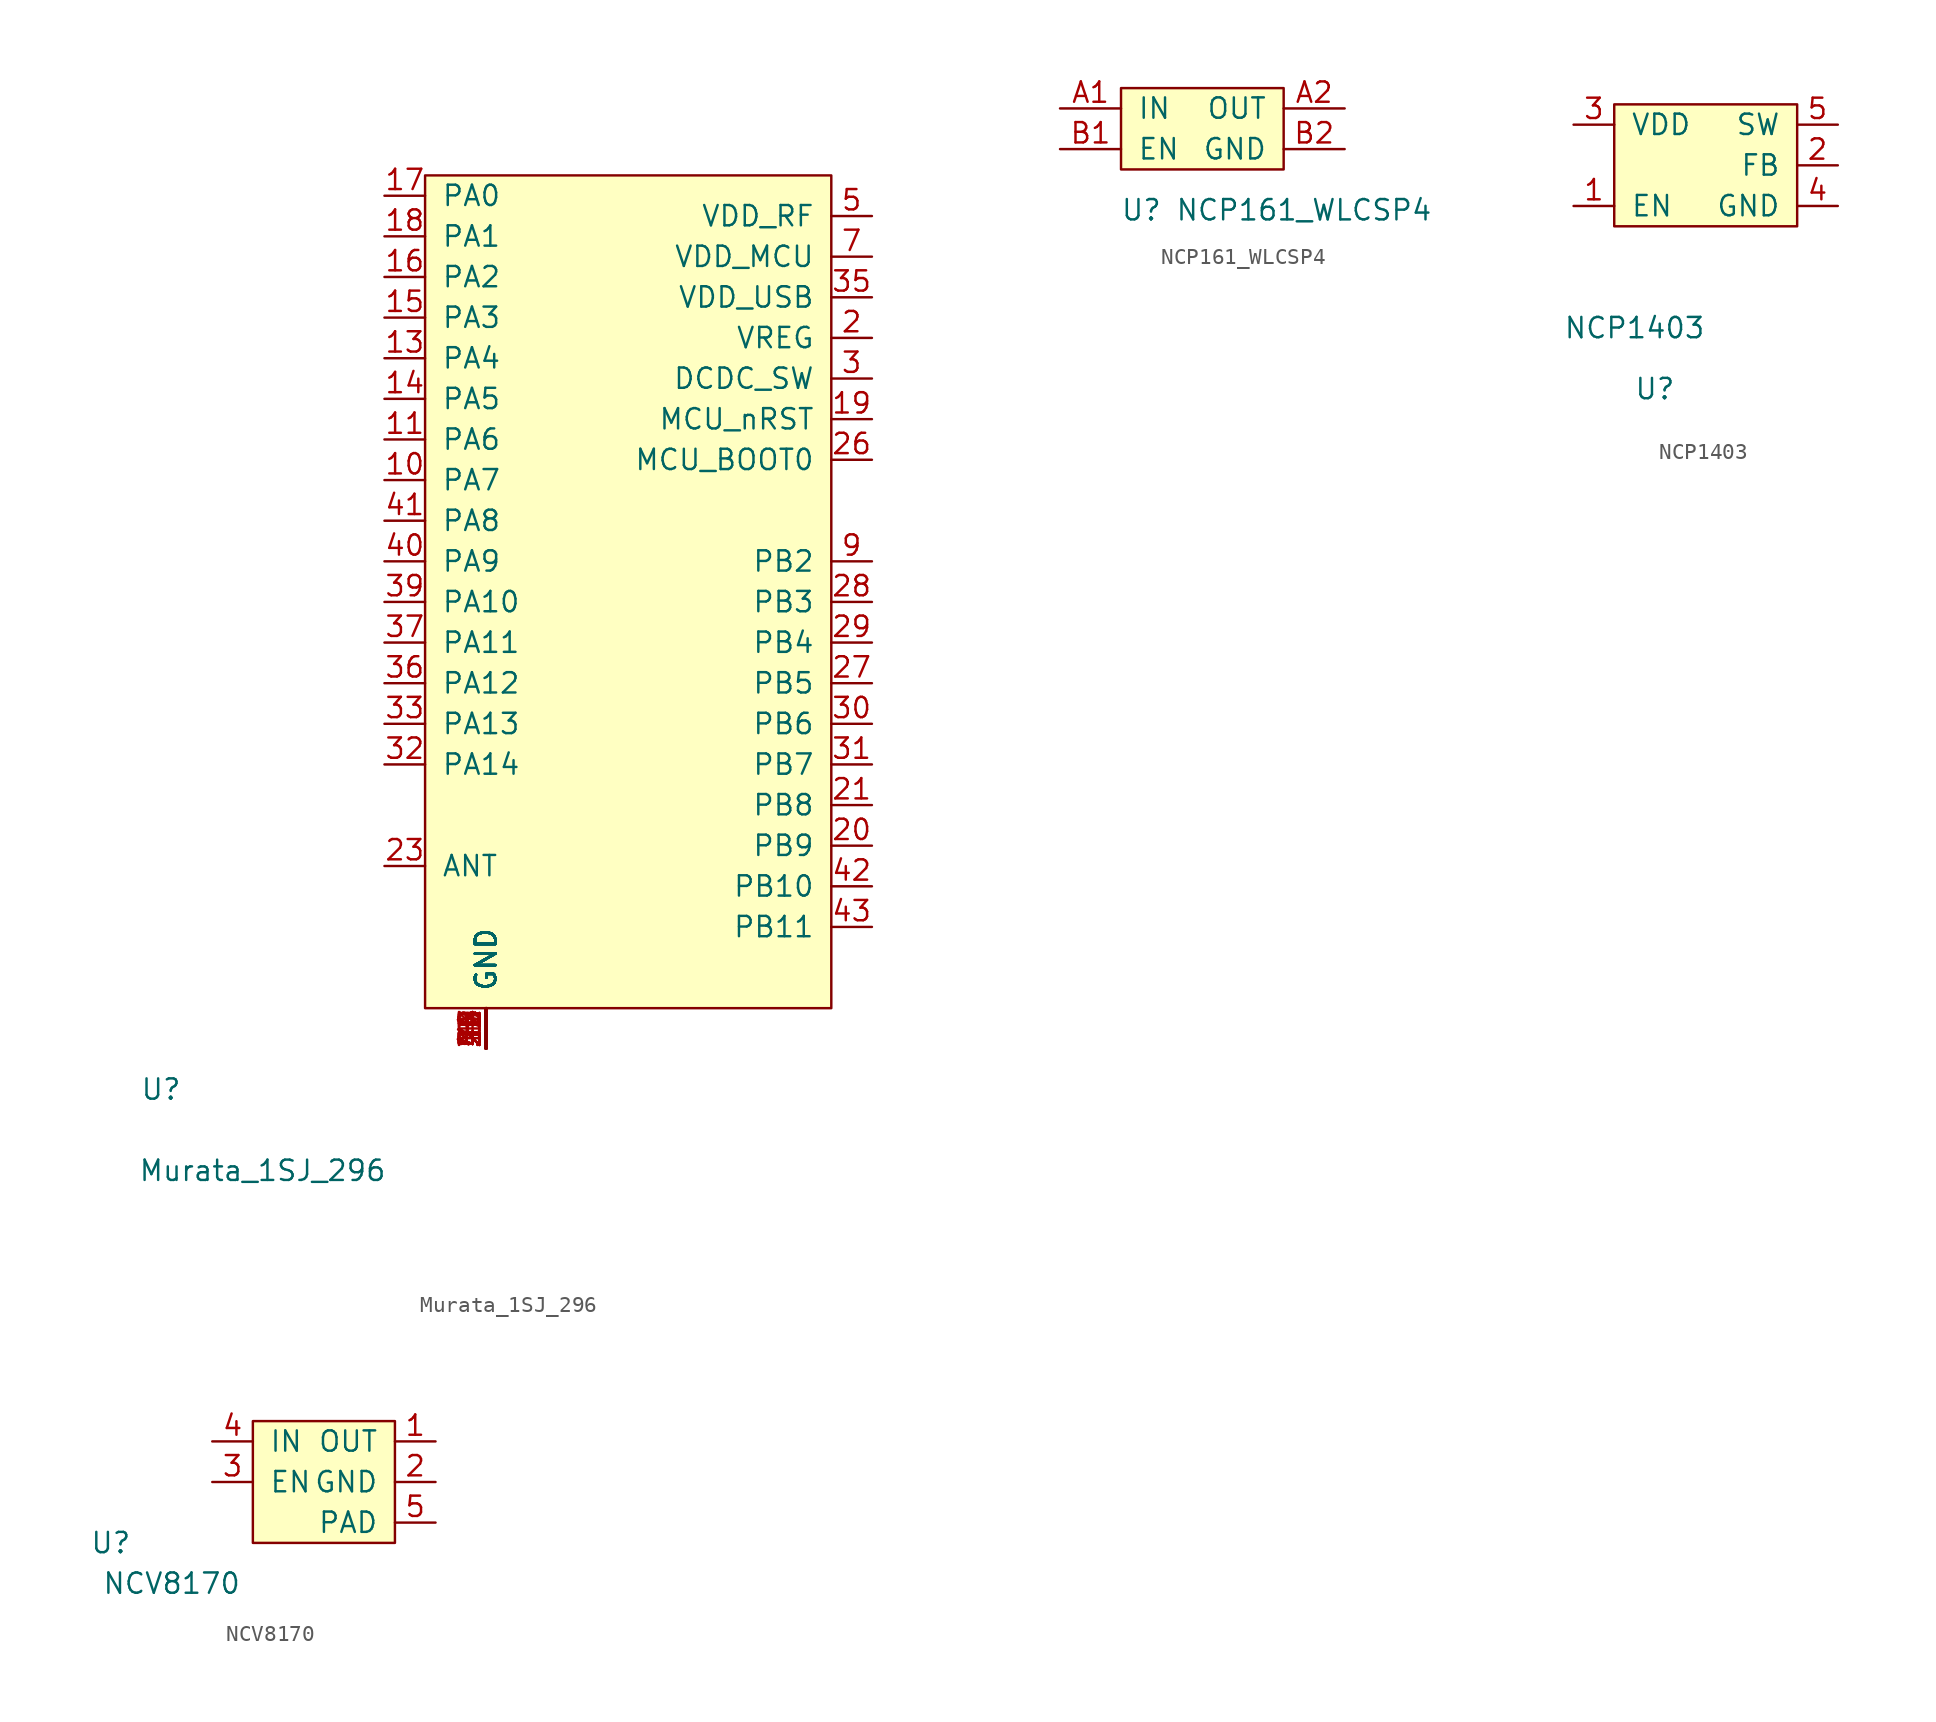
<source format=kicad_sym>
(kicad_symbol_lib
  (version 20211014)
  (generator kicad_symbol_editor)
  (symbol "Murata_1SJ_296"
    (pin_names
      (offset 1.016))
    (property "Reference" "U"
      (at -16.51 -5.08 0)
      (effects (font (size 1.27 1.27))))
    (property "Value" "Murata_1SJ_296"
      (at -10.16 -10.16 0)
      (effects (font (size 1.27 1.27))))
    (symbol "Murata_1SJ_296_0_1"
      (rectangle (start 0 0) (end 25.4 52.07) (stroke (width 0) (type default) (color 0 0 0 0)) (fill (type background))))
    (symbol "Murata_1SJ_296_1_1"
      (pin power_in line (at 3.81 -2.54 90) (length 2.54) (name "GND" (effects (font (size 1.27 1.27)))) (number "1" (effects (font (size 1.27 1.27)))))
      (pin input line (at -2.54 33.02 0) (length 2.54) (name "PA7" (effects (font (size 1.27 1.27)))) (number "10" (effects (font (size 1.27 1.27)))))
      (pin input line (at -2.54 35.56 0) (length 2.54) (name "PA6" (effects (font (size 1.27 1.27)))) (number "11" (effects (font (size 1.27 1.27)))))
      (pin power_in line (at 3.81 -2.54 90) (length 2.54) (name "GND" (effects (font (size 1.27 1.27)))) (number "12" (effects (font (size 1.27 1.27)))))
      (pin input line (at -2.54 40.64 0) (length 2.54) (name "PA4" (effects (font (size 1.27 1.27)))) (number "13" (effects (font (size 1.27 1.27)))))
      (pin input line (at -2.54 38.1 0) (length 2.54) (name "PA5" (effects (font (size 1.27 1.27)))) (number "14" (effects (font (size 1.27 1.27)))))
      (pin input line (at -2.54 43.18 0) (length 2.54) (name "PA3" (effects (font (size 1.27 1.27)))) (number "15" (effects (font (size 1.27 1.27)))))
      (pin input line (at -2.54 45.72 0) (length 2.54) (name "PA2" (effects (font (size 1.27 1.27)))) (number "16" (effects (font (size 1.27 1.27)))))
      (pin input line (at -2.54 50.8 0) (length 2.54) (name "PA0" (effects (font (size 1.27 1.27)))) (number "17" (effects (font (size 1.27 1.27)))))
      (pin input line (at -2.54 48.26 0) (length 2.54) (name "PA1" (effects (font (size 1.27 1.27)))) (number "18" (effects (font (size 1.27 1.27)))))
      (pin input line (at 27.94 36.83 180) (length 2.54) (name "MCU_nRST" (effects (font (size 1.27 1.27)))) (number "19" (effects (font (size 1.27 1.27)))))
      (pin power_in line (at 27.94 41.91 180) (length 2.54) (name "VREG" (effects (font (size 1.27 1.27)))) (number "2" (effects (font (size 1.27 1.27)))))
      (pin input line (at 27.94 10.16 180) (length 2.54) (name "PB9" (effects (font (size 1.27 1.27)))) (number "20" (effects (font (size 1.27 1.27)))))
      (pin input line (at 27.94 12.7 180) (length 2.54) (name "PB8" (effects (font (size 1.27 1.27)))) (number "21" (effects (font (size 1.27 1.27)))))
      (pin power_in line (at 3.81 -2.54 90) (length 2.54) (name "GND" (effects (font (size 1.27 1.27)))) (number "22" (effects (font (size 1.27 1.27)))))
      (pin bidirectional line (at -2.54 8.89 0) (length 2.54) (name "ANT" (effects (font (size 1.27 1.27)))) (number "23" (effects (font (size 1.27 1.27)))))
      (pin power_in line (at 3.81 -2.54 90) (length 2.54) (name "GND" (effects (font (size 1.27 1.27)))) (number "24" (effects (font (size 1.27 1.27)))))
      (pin power_in line (at 3.81 -2.54 90) (length 2.54) (name "GND" (effects (font (size 1.27 1.27)))) (number "25" (effects (font (size 1.27 1.27)))))
      (pin input line (at 27.94 34.29 180) (length 2.54) (name "MCU_BOOT0" (effects (font (size 1.27 1.27)))) (number "26" (effects (font (size 1.27 1.27)))))
      (pin input line (at 27.94 20.32 180) (length 2.54) (name "PB5" (effects (font (size 1.27 1.27)))) (number "27" (effects (font (size 1.27 1.27)))))
      (pin input line (at 27.94 25.4 180) (length 2.54) (name "PB3" (effects (font (size 1.27 1.27)))) (number "28" (effects (font (size 1.27 1.27)))))
      (pin input line (at 27.94 22.86 180) (length 2.54) (name "PB4" (effects (font (size 1.27 1.27)))) (number "29" (effects (font (size 1.27 1.27)))))
      (pin power_in line (at 27.94 39.37 180) (length 2.54) (name "DCDC_SW" (effects (font (size 1.27 1.27)))) (number "3" (effects (font (size 1.27 1.27)))))
      (pin input line (at 27.94 17.78 180) (length 2.54) (name "PB6" (effects (font (size 1.27 1.27)))) (number "30" (effects (font (size 1.27 1.27)))))
      (pin input line (at 27.94 15.24 180) (length 2.54) (name "PB7" (effects (font (size 1.27 1.27)))) (number "31" (effects (font (size 1.27 1.27)))))
      (pin input line (at -2.54 15.24 0) (length 2.54) (name "PA14" (effects (font (size 1.27 1.27)))) (number "32" (effects (font (size 1.27 1.27)))))
      (pin input line (at -2.54 17.78 0) (length 2.54) (name "PA13" (effects (font (size 1.27 1.27)))) (number "33" (effects (font (size 1.27 1.27)))))
      (pin power_in line (at 3.81 -2.54 90) (length 2.54) (name "GND" (effects (font (size 1.27 1.27)))) (number "34" (effects (font (size 1.27 1.27)))))
      (pin power_in line (at 27.94 44.45 180) (length 2.54) (name "VDD_USB" (effects (font (size 1.27 1.27)))) (number "35" (effects (font (size 1.27 1.27)))))
      (pin input line (at -2.54 20.32 0) (length 2.54) (name "PA12" (effects (font (size 1.27 1.27)))) (number "36" (effects (font (size 1.27 1.27)))))
      (pin input line (at -2.54 22.86 0) (length 2.54) (name "PA11" (effects (font (size 1.27 1.27)))) (number "37" (effects (font (size 1.27 1.27)))))
      (pin power_in line (at 3.81 -2.54 90) (length 2.54) (name "GND" (effects (font (size 1.27 1.27)))) (number "38" (effects (font (size 1.27 1.27)))))
      (pin input line (at -2.54 25.4 0) (length 2.54) (name "PA10" (effects (font (size 1.27 1.27)))) (number "39" (effects (font (size 1.27 1.27)))))
      (pin power_in line (at 3.81 -2.54 90) (length 2.54) (name "GND" (effects (font (size 1.27 1.27)))) (number "4" (effects (font (size 1.27 1.27)))))
      (pin input line (at -2.54 27.94 0) (length 2.54) (name "PA9" (effects (font (size 1.27 1.27)))) (number "40" (effects (font (size 1.27 1.27)))))
      (pin input line (at -2.54 30.48 0) (length 2.54) (name "PA8" (effects (font (size 1.27 1.27)))) (number "41" (effects (font (size 1.27 1.27)))))
      (pin input line (at 27.94 7.62 180) (length 2.54) (name "PB10" (effects (font (size 1.27 1.27)))) (number "42" (effects (font (size 1.27 1.27)))))
      (pin input line (at 27.94 5.08 180) (length 2.54) (name "PB11" (effects (font (size 1.27 1.27)))) (number "43" (effects (font (size 1.27 1.27)))))
      (pin power_in line (at 3.81 -2.54 90) (length 2.54) (name "GND" (effects (font (size 1.27 1.27)))) (number "44" (effects (font (size 1.27 1.27)))))
      (pin power_in line (at 3.81 -2.54 90) (length 2.54) (name "GND" (effects (font (size 1.27 1.27)))) (number "45" (effects (font (size 1.27 1.27)))))
      (pin power_in line (at 3.81 -2.54 90) (length 2.54) (name "GND" (effects (font (size 1.27 1.27)))) (number "46" (effects (font (size 1.27 1.27)))))
      (pin power_in line (at 3.81 -2.54 90) (length 2.54) (name "GND" (effects (font (size 1.27 1.27)))) (number "47" (effects (font (size 1.27 1.27)))))
      (pin power_in line (at 3.81 -2.54 90) (length 2.54) (name "GND" (effects (font (size 1.27 1.27)))) (number "48" (effects (font (size 1.27 1.27)))))
      (pin power_in line (at 3.81 -2.54 90) (length 2.54) (name "GND" (effects (font (size 1.27 1.27)))) (number "49" (effects (font (size 1.27 1.27)))))
      (pin power_in line (at 27.94 49.53 180) (length 2.54) (name "VDD_RF" (effects (font (size 1.27 1.27)))) (number "5" (effects (font (size 1.27 1.27)))))
      (pin power_in line (at 3.81 -2.54 90) (length 2.54) (name "GND" (effects (font (size 1.27 1.27)))) (number "50" (effects (font (size 1.27 1.27)))))
      (pin power_in line (at 3.81 -2.54 90) (length 2.54) (name "GND" (effects (font (size 1.27 1.27)))) (number "51" (effects (font (size 1.27 1.27)))))
      (pin power_in line (at 3.81 -2.54 90) (length 2.54) (name "GND" (effects (font (size 1.27 1.27)))) (number "52" (effects (font (size 1.27 1.27)))))
      (pin power_in line (at 3.81 -2.54 90) (length 2.54) (name "GND" (effects (font (size 1.27 1.27)))) (number "53" (effects (font (size 1.27 1.27)))))
      (pin power_in line (at 3.81 -2.54 90) (length 2.54) (name "GND" (effects (font (size 1.27 1.27)))) (number "54" (effects (font (size 1.27 1.27)))))
      (pin power_in line (at 3.81 -2.54 90) (length 2.54) (name "GND" (effects (font (size 1.27 1.27)))) (number "55" (effects (font (size 1.27 1.27)))))
      (pin power_in line (at 3.81 -2.54 90) (length 2.54) (name "GND" (effects (font (size 1.27 1.27)))) (number "56" (effects (font (size 1.27 1.27)))))
      (pin power_in line (at 3.81 -2.54 90) (length 2.54) (name "GND" (effects (font (size 1.27 1.27)))) (number "6" (effects (font (size 1.27 1.27)))))
      (pin power_in line (at 27.94 46.99 180) (length 2.54) (name "VDD_MCU" (effects (font (size 1.27 1.27)))) (number "7" (effects (font (size 1.27 1.27)))))
      (pin power_in line (at 3.81 -2.54 90) (length 2.54) (name "GND" (effects (font (size 1.27 1.27)))) (number "8" (effects (font (size 1.27 1.27)))))
      (pin input line (at 27.94 27.94 180) (length 2.54) (name "PB2" (effects (font (size 1.27 1.27)))) (number "9" (effects (font (size 1.27 1.27)))))))
  (symbol "NCP161_WLCSP4"
    (pin_names
      (offset 1.016))
    (property "Reference" "U"
      (at 5.08 -2.54 0)
      (effects (font (size 1.27 1.27))))
    (property "Value" "NCP161_WLCSP4"
      (at 15.24 -2.54 0)
      (effects (font (size 1.27 1.27))))
    (symbol "NCP161_WLCSP4_1_1"
      (rectangle (start 3.81 0) (end 13.97 5.08) (stroke (width 0) (type default) (color 0 0 0 0)) (fill (type background)))
      (pin passive line (at 0 3.81 0) (length 3.81) (name "IN" (effects (font (size 1.27 1.27)))) (number "A1" (effects (font (size 1.27 1.27)))))
      (pin passive line (at 17.78 3.81 180) (length 3.81) (name "OUT" (effects (font (size 1.27 1.27)))) (number "A2" (effects (font (size 1.27 1.27)))))
      (pin passive line (at 0 1.27 0) (length 3.81) (name "EN" (effects (font (size 1.27 1.27)))) (number "B1" (effects (font (size 1.27 1.27)))))
      (pin passive line (at 17.78 1.27 180) (length 3.81) (name "GND" (effects (font (size 1.27 1.27)))) (number "B2" (effects (font (size 1.27 1.27)))))))
  (symbol "NCP1403"
    (pin_names
      (offset 1.016))
    (property "Reference" "U"
      (at 2.54 -10.16 0)
      (effects (font (size 1.27 1.27))))
    (property "Value" "NCP1403"
      (at 1.27 -6.35 0)
      (effects (font (size 1.27 1.27))))
    (symbol "NCP1403_0_1"
      (rectangle (start 0 0) (end 11.43 7.62) (stroke (width 0) (type default) (color 0 0 0 0)) (fill (type background))))
    (symbol "NCP1403_1_1"
      (pin input line (at -2.54 1.27 0) (length 2.54) (name "EN" (effects (font (size 1.27 1.27)))) (number "1" (effects (font (size 1.27 1.27)))))
      (pin input line (at 13.97 3.81 180) (length 2.54) (name "FB" (effects (font (size 1.27 1.27)))) (number "2" (effects (font (size 1.27 1.27)))))
      (pin input line (at -2.54 6.35 0) (length 2.54) (name "VDD" (effects (font (size 1.27 1.27)))) (number "3" (effects (font (size 1.27 1.27)))))
      (pin input line (at 13.97 1.27 180) (length 2.54) (name "GND" (effects (font (size 1.27 1.27)))) (number "4" (effects (font (size 1.27 1.27)))))
      (pin input line (at 13.97 6.35 180) (length 2.54) (name "SW" (effects (font (size 1.27 1.27)))) (number "5" (effects (font (size 1.27 1.27)))))))
  (symbol "NCV8170"
    (pin_names
      (offset 1.016))
    (property "Reference" "U"
      (at -8.89 0 0)
      (effects (font (size 1.27 1.27))))
    (property "Value" "NCV8170"
      (at -5.08 -2.54 0)
      (effects (font (size 1.27 1.27))))
    (symbol "NCV8170_0_1"
      (rectangle (start 0 0) (end 8.89 7.62) (stroke (width 0) (type default) (color 0 0 0 0)) (fill (type background))))
    (symbol "NCV8170_1_1"
      (pin input line (at 11.43 6.35 180) (length 2.54) (name "OUT" (effects (font (size 1.27 1.27)))) (number "1" (effects (font (size 1.27 1.27)))))
      (pin input line (at 11.43 3.81 180) (length 2.54) (name "GND" (effects (font (size 1.27 1.27)))) (number "2" (effects (font (size 1.27 1.27)))))
      (pin input line (at -2.54 3.81 0) (length 2.54) (name "EN" (effects (font (size 1.27 1.27)))) (number "3" (effects (font (size 1.27 1.27)))))
      (pin input line (at -2.54 6.35 0) (length 2.54) (name "IN" (effects (font (size 1.27 1.27)))) (number "4" (effects (font (size 1.27 1.27)))))
      (pin input line (at 11.43 1.27 180) (length 2.54) (name "PAD" (effects (font (size 1.27 1.27)))) (number "5" (effects (font (size 1.27 1.27))))))))
</source>
